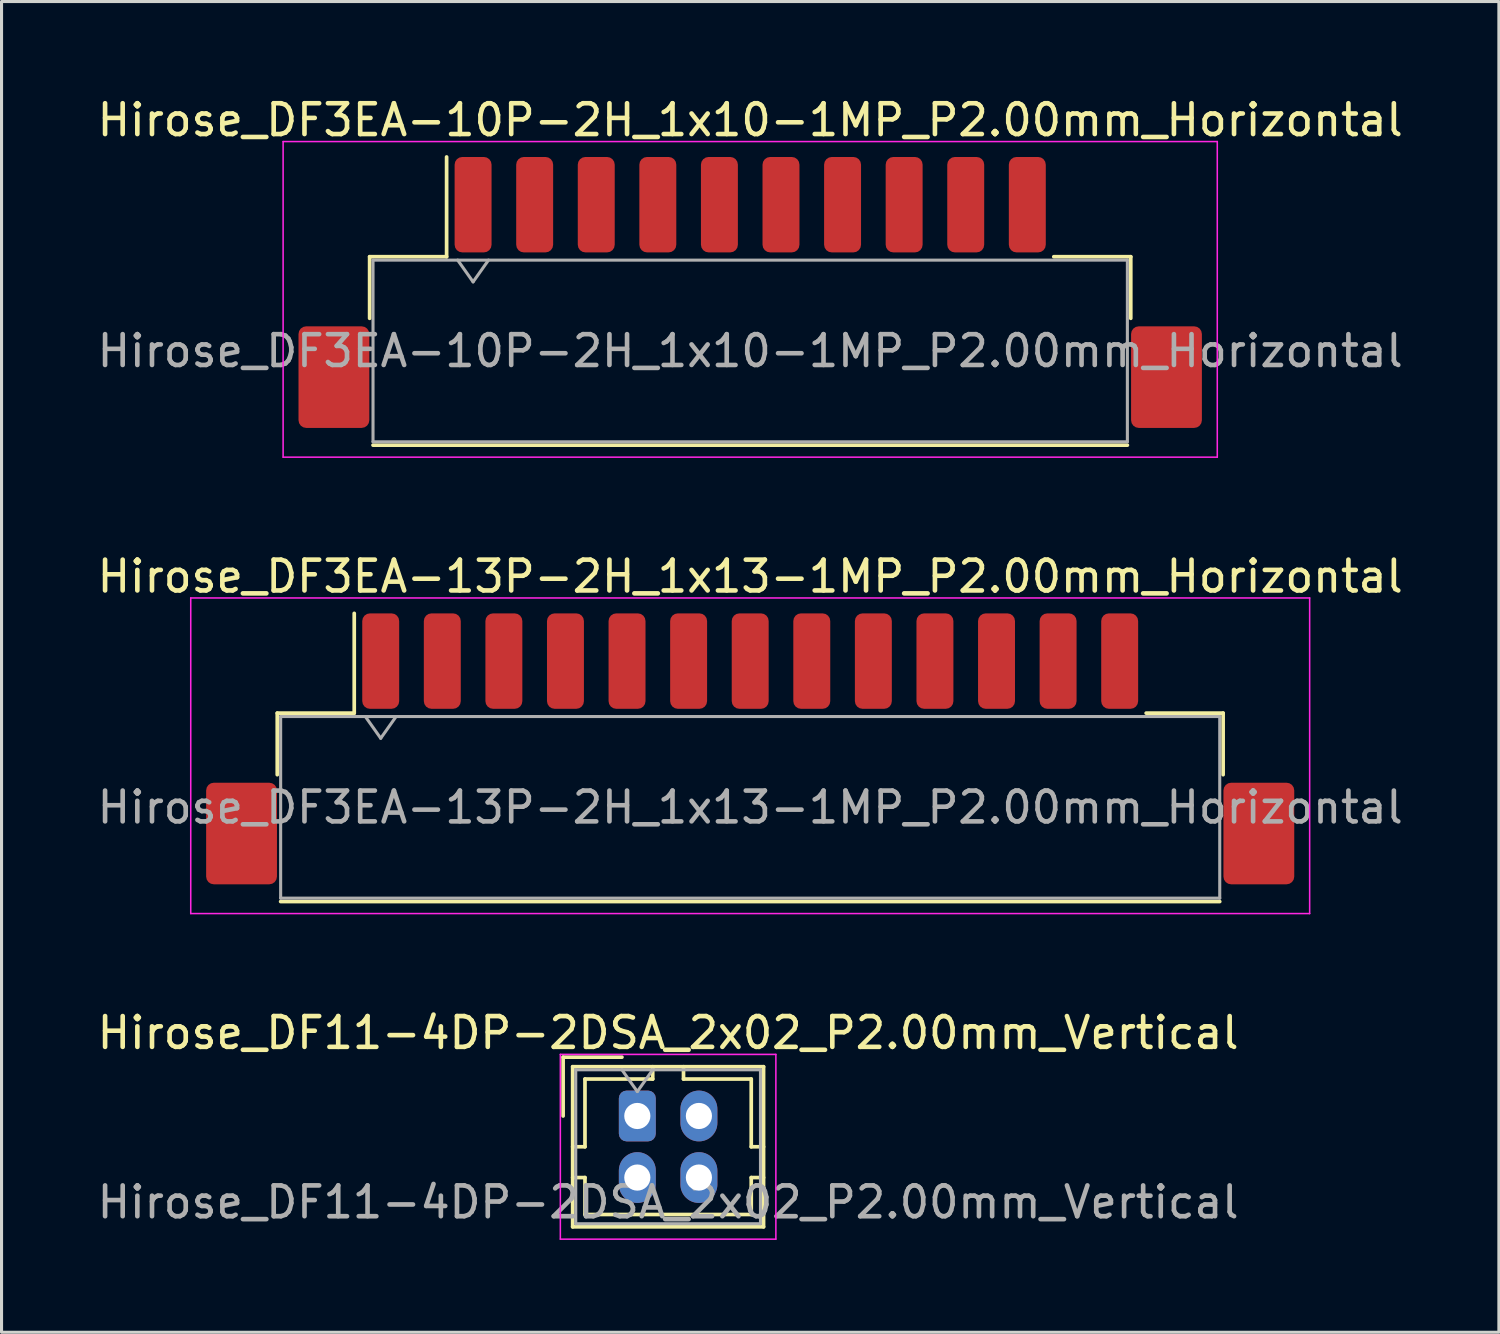
<source format=kicad_pcb>
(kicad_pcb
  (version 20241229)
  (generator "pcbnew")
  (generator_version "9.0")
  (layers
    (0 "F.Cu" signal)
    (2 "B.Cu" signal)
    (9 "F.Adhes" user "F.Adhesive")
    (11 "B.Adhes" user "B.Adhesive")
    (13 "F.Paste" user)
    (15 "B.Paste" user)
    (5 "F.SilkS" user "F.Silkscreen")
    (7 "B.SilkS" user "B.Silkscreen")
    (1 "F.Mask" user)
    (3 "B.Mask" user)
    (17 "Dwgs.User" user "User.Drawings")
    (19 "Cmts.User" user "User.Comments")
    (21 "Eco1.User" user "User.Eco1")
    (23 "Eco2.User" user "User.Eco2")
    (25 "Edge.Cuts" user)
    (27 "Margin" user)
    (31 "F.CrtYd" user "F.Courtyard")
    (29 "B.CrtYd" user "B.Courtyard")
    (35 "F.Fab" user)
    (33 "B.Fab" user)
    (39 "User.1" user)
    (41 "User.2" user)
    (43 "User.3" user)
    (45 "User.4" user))
  (footprint "Hirose_DF3EA-13P-2H_1x13-1MP_P2.00mm_Horizontal"
    (layer "F.Cu")
    (at 21.315 21.271)
    (property "Reference" "Hirose_DF3EA-13P-2H_1x13-1MP_P2.00mm_Horizontal" (at 0 -5.6 0) (layer "F.SilkS") (effects (font (size 1 1) (thickness 0.15))))
    (attr smd)
    (fp_line (start -15.36 -1.16) (end -12.86 -1.16) (stroke (width 0.12) (type solid)) (layer "F.SilkS"))
    (fp_line (start -15.36 0.84) (end -15.36 -1.16) (stroke (width 0.12) (type solid)) (layer "F.SilkS"))
    (fp_line (start -15.25 4.96) (end 15.25 4.96) (stroke (width 0.12) (type solid)) (layer "F.SilkS"))
    (fp_line (start -12.86 -1.16) (end -12.86 -4.4) (stroke (width 0.12) (type solid)) (layer "F.SilkS"))
    (fp_line (start 15.36 -1.16) (end 12.86 -1.16) (stroke (width 0.12) (type solid)) (layer "F.SilkS"))
    (fp_line (start 15.36 0.84) (end 15.36 -1.16) (stroke (width 0.12) (type solid)) (layer "F.SilkS"))
    (fp_line (start -18.17 -4.9) (end -18.17 5.35) (stroke (width 0.05) (type solid)) (layer "F.CrtYd"))
    (fp_line (start -18.17 5.35) (end 18.17 5.35) (stroke (width 0.05) (type solid)) (layer "F.CrtYd"))
    (fp_line (start 18.17 -4.9) (end -18.17 -4.9) (stroke (width 0.05) (type solid)) (layer "F.CrtYd"))
    (fp_line (start 18.17 5.35) (end 18.17 -4.9) (stroke (width 0.05) (type solid)) (layer "F.CrtYd"))
    (fp_line (start -15.25 -1.05) (end -15.25 4.85) (stroke (width 0.1) (type solid)) (layer "F.Fab"))
    (fp_line (start -15.25 -1.05) (end 15.25 -1.05) (stroke (width 0.1) (type solid)) (layer "F.Fab"))
    (fp_line (start -15.25 4.85) (end 15.25 4.85) (stroke (width 0.1) (type solid)) (layer "F.Fab"))
    (fp_line (start -12.5 -1.05) (end -12 -0.343) (stroke (width 0.1) (type solid)) (layer "F.Fab"))
    (fp_line (start -12 -0.343) (end -11.5 -1.05) (stroke (width 0.1) (type solid)) (layer "F.Fab"))
    (fp_line (start 15.25 -1.05) (end 15.25 4.85) (stroke (width 0.1) (type solid)) (layer "F.Fab"))
    (fp_text user "${REFERENCE}" (at 0 1.9 0) (layer "F.Fab") (effects (font (size 1 1) (thickness 0.15))))
    (pad "1" smd roundrect (at -12 -2.85) (size 1.2 3.1) (layers "F.Cu" "F.Mask" "F.Paste") (roundrect_rratio 0.208))
    (pad "2" smd roundrect (at -10 -2.85) (size 1.2 3.1) (layers "F.Cu" "F.Mask" "F.Paste") (roundrect_rratio 0.208))
    (pad "3" smd roundrect (at -8 -2.85) (size 1.2 3.1) (layers "F.Cu" "F.Mask" "F.Paste") (roundrect_rratio 0.208))
    (pad "4" smd roundrect (at -6 -2.85) (size 1.2 3.1) (layers "F.Cu" "F.Mask" "F.Paste") (roundrect_rratio 0.208))
    (pad "5" smd roundrect (at -4 -2.85) (size 1.2 3.1) (layers "F.Cu" "F.Mask" "F.Paste") (roundrect_rratio 0.208))
    (pad "6" smd roundrect (at -2 -2.85) (size 1.2 3.1) (layers "F.Cu" "F.Mask" "F.Paste") (roundrect_rratio 0.208))
    (pad "7" smd roundrect (at 0 -2.85) (size 1.2 3.1) (layers "F.Cu" "F.Mask" "F.Paste") (roundrect_rratio 0.208))
    (pad "8" smd roundrect (at 2 -2.85) (size 1.2 3.1) (layers "F.Cu" "F.Mask" "F.Paste") (roundrect_rratio 0.208))
    (pad "9" smd roundrect (at 4 -2.85) (size 1.2 3.1) (layers "F.Cu" "F.Mask" "F.Paste") (roundrect_rratio 0.208))
    (pad "10" smd roundrect (at 6 -2.85) (size 1.2 3.1) (layers "F.Cu" "F.Mask" "F.Paste") (roundrect_rratio 0.208))
    (pad "11" smd roundrect (at 8 -2.85) (size 1.2 3.1) (layers "F.Cu" "F.Mask" "F.Paste") (roundrect_rratio 0.208))
    (pad "12" smd roundrect (at 10 -2.85) (size 1.2 3.1) (layers "F.Cu" "F.Mask" "F.Paste") (roundrect_rratio 0.208))
    (pad "13" smd roundrect (at 12 -2.85) (size 1.2 3.1) (layers "F.Cu" "F.Mask" "F.Paste") (roundrect_rratio 0.208))
    (pad "MP" smd roundrect (at -16.52 2.75) (size 2.3 3.3) (layers "F.Cu" "F.Mask" "F.Paste") (roundrect_rratio 0.109))
    (pad "MP" smd roundrect (at 16.52 2.75) (size 2.3 3.3) (layers "F.Cu" "F.Mask" "F.Paste") (roundrect_rratio 0.109)))
  (footprint "Hirose_DF3EA-10P-2H_1x10-1MP_P2.00mm_Horizontal"
    (layer "F.Cu")
    (at 21.315 6.448)
    (property "Reference" "Hirose_DF3EA-10P-2H_1x10-1MP_P2.00mm_Horizontal" (at 0 -5.6 0) (layer "F.SilkS") (effects (font (size 1 1) (thickness 0.15))))
    (attr smd)
    (fp_line (start -12.36 -1.16) (end -9.86 -1.16) (stroke (width 0.12) (type solid)) (layer "F.SilkS"))
    (fp_line (start -12.36 0.84) (end -12.36 -1.16) (stroke (width 0.12) (type solid)) (layer "F.SilkS"))
    (fp_line (start -12.25 4.96) (end 12.25 4.96) (stroke (width 0.12) (type solid)) (layer "F.SilkS"))
    (fp_line (start -9.86 -1.16) (end -9.86 -4.4) (stroke (width 0.12) (type solid)) (layer "F.SilkS"))
    (fp_line (start 12.36 -1.16) (end 9.86 -1.16) (stroke (width 0.12) (type solid)) (layer "F.SilkS"))
    (fp_line (start 12.36 0.84) (end 12.36 -1.16) (stroke (width 0.12) (type solid)) (layer "F.SilkS"))
    (fp_line (start -15.17 -4.9) (end -15.17 5.35) (stroke (width 0.05) (type solid)) (layer "F.CrtYd"))
    (fp_line (start -15.17 5.35) (end 15.17 5.35) (stroke (width 0.05) (type solid)) (layer "F.CrtYd"))
    (fp_line (start 15.17 -4.9) (end -15.17 -4.9) (stroke (width 0.05) (type solid)) (layer "F.CrtYd"))
    (fp_line (start 15.17 5.35) (end 15.17 -4.9) (stroke (width 0.05) (type solid)) (layer "F.CrtYd"))
    (fp_line (start -12.25 -1.05) (end -12.25 4.85) (stroke (width 0.1) (type solid)) (layer "F.Fab"))
    (fp_line (start -12.25 -1.05) (end 12.25 -1.05) (stroke (width 0.1) (type solid)) (layer "F.Fab"))
    (fp_line (start -12.25 4.85) (end 12.25 4.85) (stroke (width 0.1) (type solid)) (layer "F.Fab"))
    (fp_line (start -9.5 -1.05) (end -9 -0.343) (stroke (width 0.1) (type solid)) (layer "F.Fab"))
    (fp_line (start -9 -0.343) (end -8.5 -1.05) (stroke (width 0.1) (type solid)) (layer "F.Fab"))
    (fp_line (start 12.25 -1.05) (end 12.25 4.85) (stroke (width 0.1) (type solid)) (layer "F.Fab"))
    (fp_text user "${REFERENCE}" (at 0 1.9 0) (layer "F.Fab") (effects (font (size 1 1) (thickness 0.15))))
    (pad "1" smd roundrect (at -9 -2.85) (size 1.2 3.1) (layers "F.Cu" "F.Mask" "F.Paste") (roundrect_rratio 0.208))
    (pad "2" smd roundrect (at -7 -2.85) (size 1.2 3.1) (layers "F.Cu" "F.Mask" "F.Paste") (roundrect_rratio 0.208))
    (pad "3" smd roundrect (at -5 -2.85) (size 1.2 3.1) (layers "F.Cu" "F.Mask" "F.Paste") (roundrect_rratio 0.208))
    (pad "4" smd roundrect (at -3 -2.85) (size 1.2 3.1) (layers "F.Cu" "F.Mask" "F.Paste") (roundrect_rratio 0.208))
    (pad "5" smd roundrect (at -1 -2.85) (size 1.2 3.1) (layers "F.Cu" "F.Mask" "F.Paste") (roundrect_rratio 0.208))
    (pad "6" smd roundrect (at 1 -2.85) (size 1.2 3.1) (layers "F.Cu" "F.Mask" "F.Paste") (roundrect_rratio 0.208))
    (pad "7" smd roundrect (at 3 -2.85) (size 1.2 3.1) (layers "F.Cu" "F.Mask" "F.Paste") (roundrect_rratio 0.208))
    (pad "8" smd roundrect (at 5 -2.85) (size 1.2 3.1) (layers "F.Cu" "F.Mask" "F.Paste") (roundrect_rratio 0.208))
    (pad "9" smd roundrect (at 7 -2.85) (size 1.2 3.1) (layers "F.Cu" "F.Mask" "F.Paste") (roundrect_rratio 0.208))
    (pad "10" smd roundrect (at 9 -2.85) (size 1.2 3.1) (layers "F.Cu" "F.Mask" "F.Paste") (roundrect_rratio 0.208))
    (pad "MP" smd roundrect (at -13.52 2.75) (size 2.3 3.3) (layers "F.Cu" "F.Mask" "F.Paste") (roundrect_rratio 0.109))
    (pad "MP" smd roundrect (at 13.52 2.75) (size 2.3 3.3) (layers "F.Cu" "F.Mask" "F.Paste") (roundrect_rratio 0.109)))
  (footprint "Hirose_DF11-4DP-2DSA_2x02_P2.00mm_Vertical"
    (layer "F.Cu")
    (at 17.649 33.195)
    (property "Reference" "Hirose_DF11-4DP-2DSA_2x02_P2.00mm_Vertical" (at 1 -2.7 0) (layer "F.SilkS") (effects (font (size 1 1) (thickness 0.15))))
    (attr through_hole)
    (fp_line (start -2.41 -1.91) (end -0.5 -1.91) (stroke (width 0.12) (type solid)) (layer "F.SilkS"))
    (fp_line (start -2.41 0) (end -2.41 -1.91) (stroke (width 0.12) (type solid)) (layer "F.SilkS"))
    (fp_line (start -2.1 -1.6) (end -2.1 3.6) (stroke (width 0.12) (type solid)) (layer "F.SilkS"))
    (fp_line (start -2.1 1) (end -1.7 1) (stroke (width 0.12) (type solid)) (layer "F.SilkS"))
    (fp_line (start -2.1 2) (end -1.7 2) (stroke (width 0.12) (type solid)) (layer "F.SilkS"))
    (fp_line (start -2.1 3.6) (end 4.1 3.6) (stroke (width 0.12) (type solid)) (layer "F.SilkS"))
    (fp_line (start -1.7 -1.2) (end 0.5 -1.2) (stroke (width 0.12) (type solid)) (layer "F.SilkS"))
    (fp_line (start -1.7 1) (end -1.7 -1.2) (stroke (width 0.12) (type solid)) (layer "F.SilkS"))
    (fp_line (start -1.7 2) (end -1.7 3.2) (stroke (width 0.12) (type solid)) (layer "F.SilkS"))
    (fp_line (start -1.7 3.2) (end 3.7 3.2) (stroke (width 0.12) (type solid)) (layer "F.SilkS"))
    (fp_line (start 0.5 -1.2) (end 0.5 -1.6) (stroke (width 0.12) (type solid)) (layer "F.SilkS"))
    (fp_line (start 1.5 -1.2) (end 1.5 -1.6) (stroke (width 0.12) (type solid)) (layer "F.SilkS"))
    (fp_line (start 3.7 -1.2) (end 1.5 -1.2) (stroke (width 0.12) (type solid)) (layer "F.SilkS"))
    (fp_line (start 3.7 1) (end 3.7 -1.2) (stroke (width 0.12) (type solid)) (layer "F.SilkS"))
    (fp_line (start 3.7 2) (end 4.1 2) (stroke (width 0.12) (type solid)) (layer "F.SilkS"))
    (fp_line (start 3.7 3.2) (end 3.7 2) (stroke (width 0.12) (type solid)) (layer "F.SilkS"))
    (fp_line (start 4.1 -1.6) (end -2.1 -1.6) (stroke (width 0.12) (type solid)) (layer "F.SilkS"))
    (fp_line (start 4.1 1) (end 3.7 1) (stroke (width 0.12) (type solid)) (layer "F.SilkS"))
    (fp_line (start 4.1 3.6) (end 4.1 -1.6) (stroke (width 0.12) (type solid)) (layer "F.SilkS"))
    (fp_line (start -2.5 -2) (end -2.5 4) (stroke (width 0.05) (type solid)) (layer "F.CrtYd"))
    (fp_line (start -2.5 4) (end 4.5 4) (stroke (width 0.05) (type solid)) (layer "F.CrtYd"))
    (fp_line (start 4.5 -2) (end -2.5 -2) (stroke (width 0.05) (type solid)) (layer "F.CrtYd"))
    (fp_line (start 4.5 4) (end 4.5 -2) (stroke (width 0.05) (type solid)) (layer "F.CrtYd"))
    (fp_line (start -2 -1.5) (end -2 3.5) (stroke (width 0.1) (type solid)) (layer "F.Fab"))
    (fp_line (start -2 3.5) (end 4 3.5) (stroke (width 0.1) (type solid)) (layer "F.Fab"))
    (fp_line (start -0.5 -1.5) (end 0 -0.793) (stroke (width 0.1) (type solid)) (layer "F.Fab"))
    (fp_line (start 0 -0.793) (end 0.5 -1.5) (stroke (width 0.1) (type solid)) (layer "F.Fab"))
    (fp_line (start 4 -1.5) (end -2 -1.5) (stroke (width 0.1) (type solid)) (layer "F.Fab"))
    (fp_line (start 4 3.5) (end 4 -1.5) (stroke (width 0.1) (type solid)) (layer "F.Fab"))
    (fp_text user "${REFERENCE}" (at 1 2.8 0) (layer "F.Fab") (effects (font (size 1 1) (thickness 0.15))))
    (pad "1" thru_hole roundrect (at 0 0) (size 1.2 1.65) (drill 0.85) (layers "*.Cu" "*.Mask") (roundrect_rratio 0.208))
    (pad "2" thru_hole oval (at 0 2) (size 1.2 1.65) (drill 0.85) (layers "*.Cu" "*.Mask"))
    (pad "3" thru_hole oval (at 2 0) (size 1.2 1.65) (drill 0.85) (layers "*.Cu" "*.Mask"))
    (pad "4" thru_hole oval (at 2 2) (size 1.2 1.65) (drill 0.85) (layers "*.Cu" "*.Mask")))
  (gr_rect
    (start -3 -3)
    (end 45.631 40.22)
    (stroke (width 0.1) (type default))
    (fill no)
    (layer "Edge.Cuts")))
</source>
